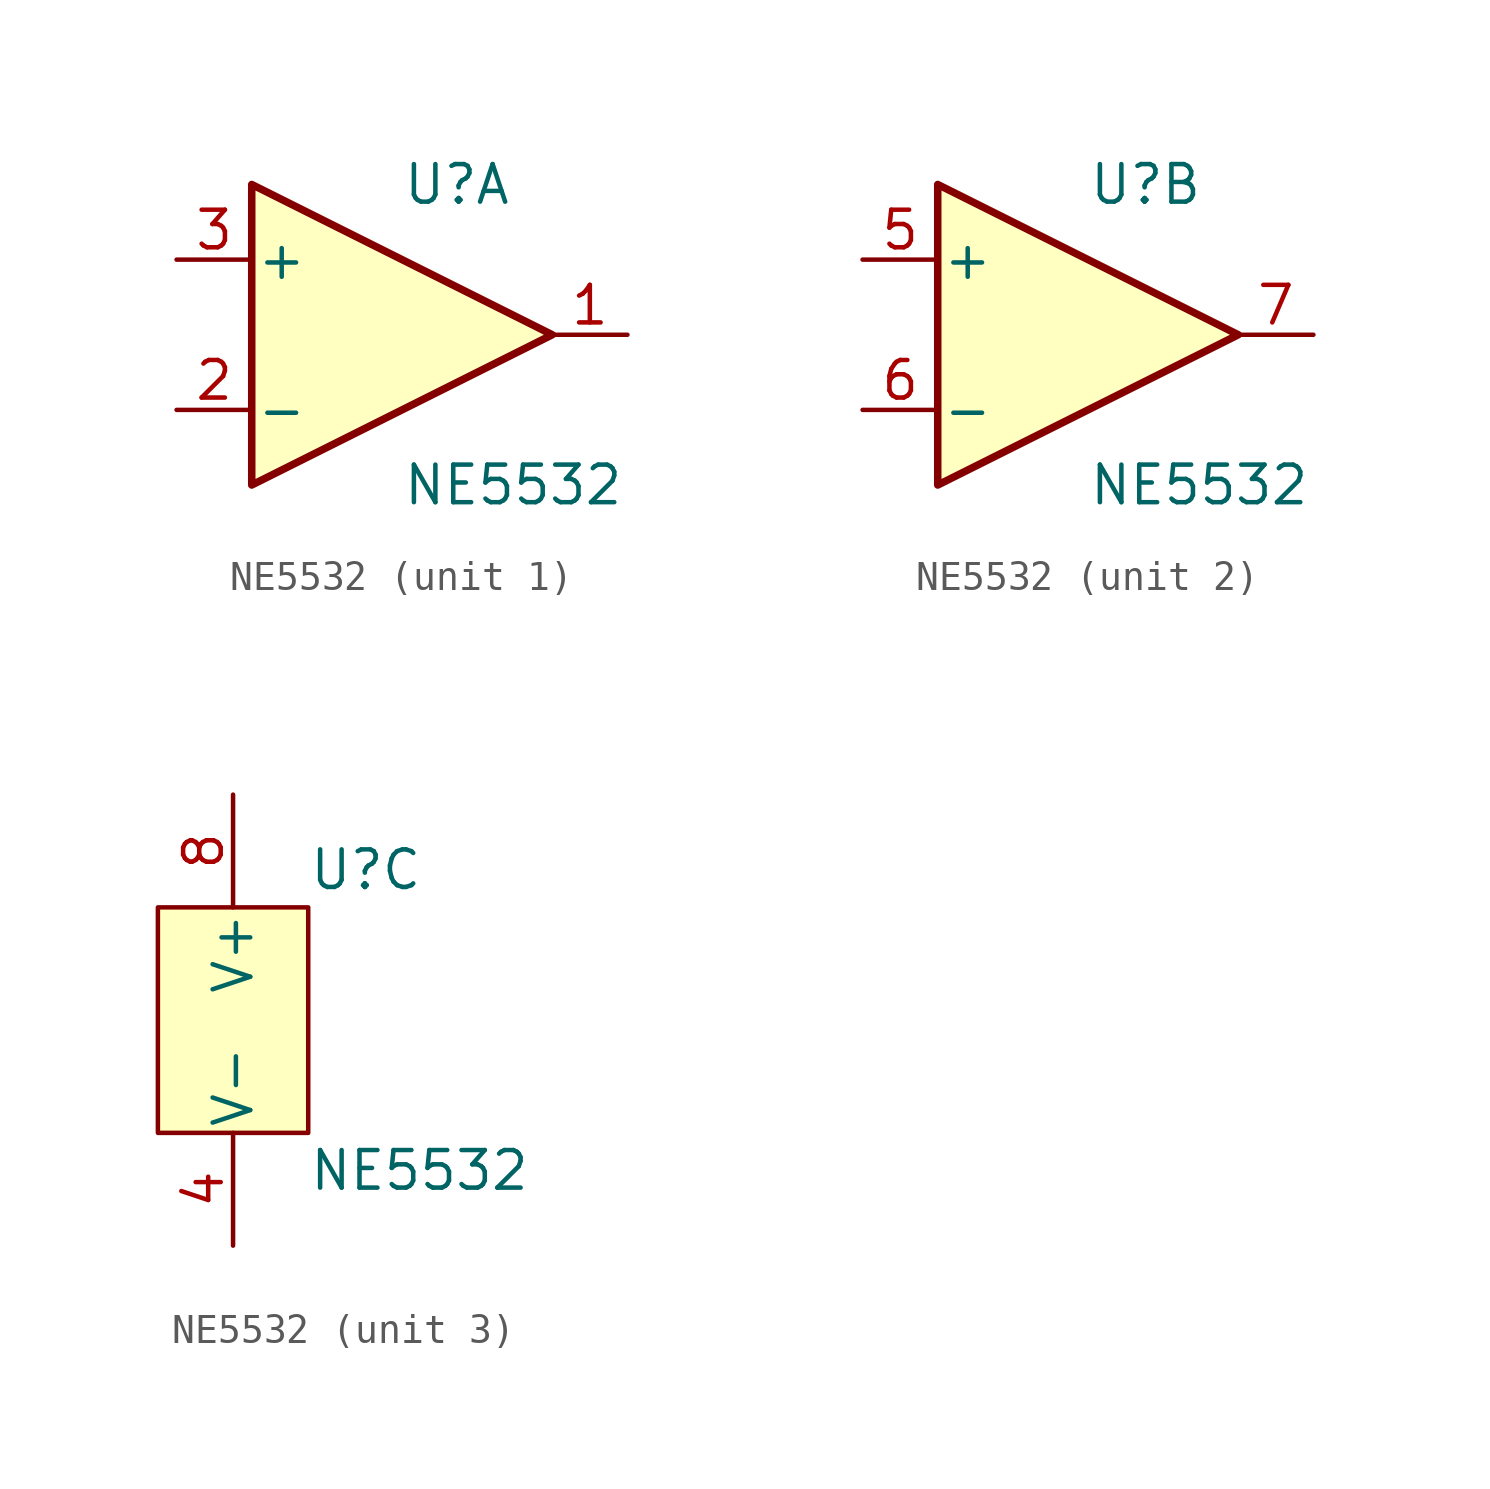
<source format=kicad_sym>
(kicad_symbol_lib
  (version 20211014)
  (generator kicad_symbol_editor)
  (symbol "NE5532"
    (pin_names
      (offset 0.127))
    (property "Reference" "U"
      (at 0 5.08 0)
      (effects (font (size 1.27 1.27)) (justify left)))
    (property "Value" "NE5532"
      (at 0 -5.08 0)
      (effects (font (size 1.27 1.27)) (justify left)))
    (property "ki_locked" ""
      (at 0 0 0)
      (effects (font (size 1.27 1.27))))
    (symbol "NE5532_1_1"
      (polyline (pts (xy -5.08 5.08) (xy 5.08 0) (xy -5.08 -5.08) (xy -5.08 5.08)) (stroke (width 0.254) (type default) (color 0 0 0 0)) (fill (type background)))
      (pin output line (at 7.62 0 180) (length 2.54) (name "~" (effects (font (size 1.27 1.27)))) (number "1" (effects (font (size 1.27 1.27)))))
      (pin input line (at -7.62 -2.54 0) (length 2.54) (name "-" (effects (font (size 1.27 1.27)))) (number "2" (effects (font (size 1.27 1.27)))))
      (pin input line (at -7.62 2.54 0) (length 2.54) (name "+" (effects (font (size 1.27 1.27)))) (number "3" (effects (font (size 1.27 1.27))))))
    (symbol "NE5532_2_1"
      (polyline (pts (xy -5.08 5.08) (xy 5.08 0) (xy -5.08 -5.08) (xy -5.08 5.08)) (stroke (width 0.254) (type default) (color 0 0 0 0)) (fill (type background)))
      (pin input line (at -7.62 2.54 0) (length 2.54) (name "+" (effects (font (size 1.27 1.27)))) (number "5" (effects (font (size 1.27 1.27)))))
      (pin input line (at -7.62 -2.54 0) (length 2.54) (name "-" (effects (font (size 1.27 1.27)))) (number "6" (effects (font (size 1.27 1.27)))))
      (pin output line (at 7.62 0 180) (length 2.54) (name "~" (effects (font (size 1.27 1.27)))) (number "7" (effects (font (size 1.27 1.27))))))
    (symbol "NE5532_3_1"
      (rectangle (start -5.08 3.81) (end 0 -3.81) (stroke (width 0.152) (type default) (color 0 0 0 0)) (fill (type background)))
      (pin power_in line (at -2.54 -7.62 90) (length 3.81) (name "V-" (effects (font (size 1.27 1.27)))) (number "4" (effects (font (size 1.27 1.27)))))
      (pin power_in line (at -2.54 7.62 270) (length 3.81) (name "V+" (effects (font (size 1.27 1.27)))) (number "8" (effects (font (size 1.27 1.27))))))))
</source>
